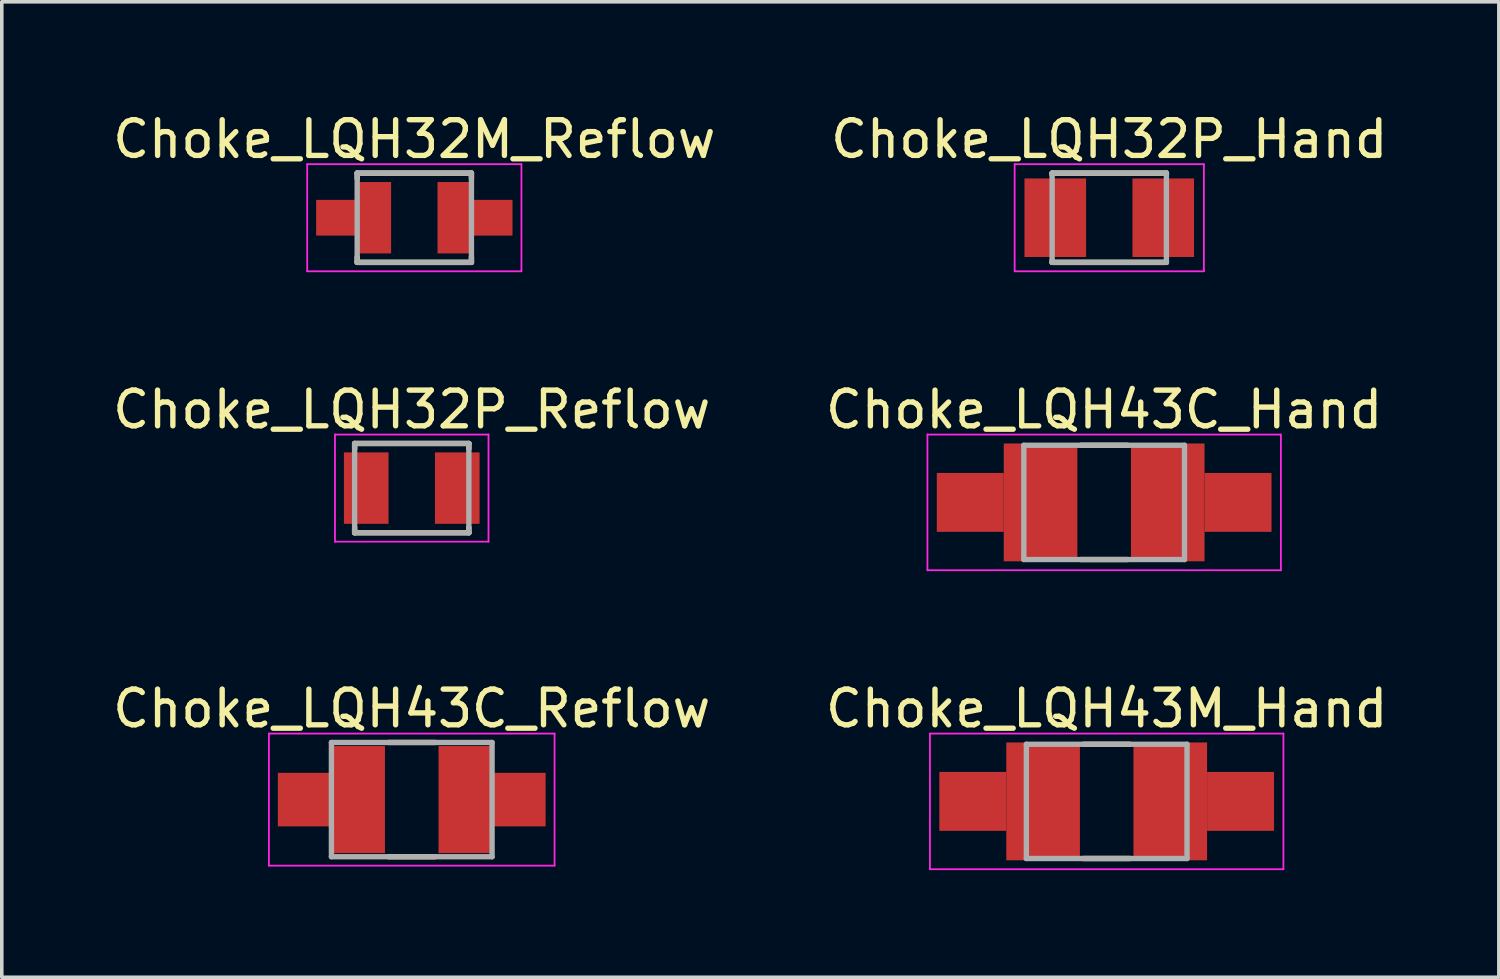
<source format=kicad_pcb>
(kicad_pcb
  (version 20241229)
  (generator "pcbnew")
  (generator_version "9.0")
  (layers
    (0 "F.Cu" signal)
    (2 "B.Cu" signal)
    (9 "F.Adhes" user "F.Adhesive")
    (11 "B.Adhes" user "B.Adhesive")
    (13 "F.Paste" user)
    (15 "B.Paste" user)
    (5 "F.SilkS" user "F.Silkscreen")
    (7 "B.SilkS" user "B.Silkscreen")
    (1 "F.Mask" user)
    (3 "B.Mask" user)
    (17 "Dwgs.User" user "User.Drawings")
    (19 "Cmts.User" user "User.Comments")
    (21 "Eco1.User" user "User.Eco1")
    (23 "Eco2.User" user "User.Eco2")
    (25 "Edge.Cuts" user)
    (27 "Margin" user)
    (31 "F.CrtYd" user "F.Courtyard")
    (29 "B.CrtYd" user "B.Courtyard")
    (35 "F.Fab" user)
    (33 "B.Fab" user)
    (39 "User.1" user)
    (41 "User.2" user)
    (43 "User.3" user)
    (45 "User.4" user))
  (footprint "Choke_LQH32P_Reflow"
    (layer "F.Cu")
    (at 8.482 10.621)
    (property "Reference" "Choke_LQH32P_Reflow" (at 0 -2.2 0) (layer "F.SilkS") (effects (font (size 1 1) (thickness 0.15))))
    (attr smd)
    (fp_line (start -1.6 -1.25) (end -1.6 -1.1) (stroke (width 0.15) (type solid)) (layer "F.SilkS"))
    (fp_line (start -1.6 -1.25) (end 1.6 -1.25) (stroke (width 0.15) (type solid)) (layer "F.SilkS"))
    (fp_line (start -1.6 1.1) (end -1.6 1.25) (stroke (width 0.15) (type solid)) (layer "F.SilkS"))
    (fp_line (start -1.6 1.25) (end 1.6 1.25) (stroke (width 0.15) (type solid)) (layer "F.SilkS"))
    (fp_line (start 1.6 -1.25) (end 1.6 -1.1) (stroke (width 0.15) (type solid)) (layer "F.SilkS"))
    (fp_line (start 1.6 1.1) (end 1.6 1.25) (stroke (width 0.15) (type solid)) (layer "F.SilkS"))
    (fp_line (start -2.15 -1.5) (end -2.15 1.5) (stroke (width 0.05) (type solid)) (layer "F.CrtYd"))
    (fp_line (start -2.15 -1.5) (end 2.15 -1.5) (stroke (width 0.05) (type solid)) (layer "F.CrtYd"))
    (fp_line (start -2.15 1.5) (end 2.15 1.5) (stroke (width 0.05) (type solid)) (layer "F.CrtYd"))
    (fp_line (start 2.15 -1.5) (end 2.15 1.5) (stroke (width 0.05) (type solid)) (layer "F.CrtYd"))
    (fp_line (start -1.6 -1.25) (end -1.6 1.25) (stroke (width 0.15) (type solid)) (layer "F.Fab"))
    (fp_line (start -1.6 -1.25) (end 1.6 -1.25) (stroke (width 0.15) (type solid)) (layer "F.Fab"))
    (fp_line (start -1.6 1.25) (end 1.6 1.25) (stroke (width 0.15) (type solid)) (layer "F.Fab"))
    (fp_line (start 1.6 -1.25) (end 1.6 1.25) (stroke (width 0.15) (type solid)) (layer "F.Fab"))
    (pad "1" smd rect (at -1.275 0) (size 1.25 2) (layers "F.Cu" "F.Mask" "F.Paste"))
    (pad "2" smd rect (at 1.275 0) (size 1.25 2) (layers "F.Cu" "F.Mask" "F.Paste")))
  (footprint "Choke_LQH43C_Hand"
    (layer "F.Cu")
    (at 27.875 11.021)
    (property "Reference" "Choke_LQH43C_Hand" (at 0 -2.6 0) (layer "F.SilkS") (effects (font (size 1 1) (thickness 0.15))))
    (attr smd)
    (fp_line (start -0.65 -1.6) (end 0.65 -1.6) (stroke (width 0.15) (type solid)) (layer "F.SilkS"))
    (fp_line (start -0.65 1.6) (end 0.65 1.6) (stroke (width 0.15) (type solid)) (layer "F.SilkS"))
    (fp_line (start -4.95 -1.9) (end -4.95 1.9) (stroke (width 0.05) (type solid)) (layer "F.CrtYd"))
    (fp_line (start -4.95 -1.9) (end 4.95 -1.9) (stroke (width 0.05) (type solid)) (layer "F.CrtYd"))
    (fp_line (start -4.95 1.9) (end 4.95 1.9) (stroke (width 0.05) (type solid)) (layer "F.CrtYd"))
    (fp_line (start 4.95 -1.9) (end 4.95 1.9) (stroke (width 0.05) (type solid)) (layer "F.CrtYd"))
    (fp_line (start -2.25 -1.6) (end -2.25 1.6) (stroke (width 0.15) (type solid)) (layer "F.Fab"))
    (fp_line (start -2.25 -1.6) (end 2.25 -1.6) (stroke (width 0.15) (type solid)) (layer "F.Fab"))
    (fp_line (start -2.25 1.6) (end 2.25 1.6) (stroke (width 0.15) (type solid)) (layer "F.Fab"))
    (fp_line (start 2.25 -1.6) (end 2.25 1.6) (stroke (width 0.15) (type solid)) (layer "F.Fab"))
    (pad "1" smd rect (at -3.75 0) (size 1.875 1.65) (layers "F.Cu" "F.Mask" "F.Paste"))
    (pad "1" smd rect (at -1.781 0) (size 2.062 3.3) (layers "F.Cu" "F.Mask" "F.Paste"))
    (pad "2" smd rect (at 1.781 0) (size 2.062 3.3) (layers "F.Cu" "F.Mask" "F.Paste"))
    (pad "2" smd rect (at 3.75 0) (size 1.875 1.65) (layers "F.Cu" "F.Mask" "F.Paste")))
  (footprint "Choke_LQH43M_Hand"
    (layer "F.Cu")
    (at 27.946 19.395)
    (property "Reference" "Choke_LQH43M_Hand" (at 0 -2.6 0) (layer "F.SilkS") (effects (font (size 1 1) (thickness 0.15))))
    (attr smd)
    (fp_line (start -0.65 -1.6) (end 0.65 -1.6) (stroke (width 0.15) (type solid)) (layer "F.SilkS"))
    (fp_line (start -0.65 1.6) (end 0.65 1.6) (stroke (width 0.15) (type solid)) (layer "F.SilkS"))
    (fp_line (start -4.95 -1.9) (end -4.95 1.9) (stroke (width 0.05) (type solid)) (layer "F.CrtYd"))
    (fp_line (start -4.95 -1.9) (end 4.95 -1.9) (stroke (width 0.05) (type solid)) (layer "F.CrtYd"))
    (fp_line (start -4.95 1.9) (end 4.95 1.9) (stroke (width 0.05) (type solid)) (layer "F.CrtYd"))
    (fp_line (start 4.95 -1.9) (end 4.95 1.9) (stroke (width 0.05) (type solid)) (layer "F.CrtYd"))
    (fp_line (start -2.25 -1.6) (end -2.25 1.6) (stroke (width 0.15) (type solid)) (layer "F.Fab"))
    (fp_line (start -2.25 -1.6) (end 2.25 -1.6) (stroke (width 0.15) (type solid)) (layer "F.Fab"))
    (fp_line (start -2.25 1.6) (end 2.25 1.6) (stroke (width 0.15) (type solid)) (layer "F.Fab"))
    (fp_line (start 2.25 -1.6) (end 2.25 1.6) (stroke (width 0.15) (type solid)) (layer "F.Fab"))
    (pad "1" smd rect (at -3.75 0) (size 1.875 1.65) (layers "F.Cu" "F.Mask" "F.Paste"))
    (pad "1" smd rect (at -1.781 0) (size 2.062 3.3) (layers "F.Cu" "F.Mask" "F.Paste"))
    (pad "2" smd rect (at 1.781 0) (size 2.062 3.3) (layers "F.Cu" "F.Mask" "F.Paste"))
    (pad "2" smd rect (at 3.75 0) (size 1.875 1.65) (layers "F.Cu" "F.Mask" "F.Paste")))
  (footprint "Choke_LQH32M_Reflow"
    (layer "F.Cu")
    (at 8.554 3.048)
    (property "Reference" "Choke_LQH32M_Reflow" (at 0 -2.2 0) (layer "F.SilkS") (effects (font (size 1 1) (thickness 0.15))))
    (attr smd)
    (fp_line (start -1.6 -1.25) (end -1.6 -1.1) (stroke (width 0.15) (type solid)) (layer "F.SilkS"))
    (fp_line (start -1.6 -1.25) (end 1.6 -1.25) (stroke (width 0.15) (type solid)) (layer "F.SilkS"))
    (fp_line (start -1.6 1.1) (end -1.6 1.25) (stroke (width 0.15) (type solid)) (layer "F.SilkS"))
    (fp_line (start -1.6 1.25) (end 1.6 1.25) (stroke (width 0.15) (type solid)) (layer "F.SilkS"))
    (fp_line (start 1.6 -1.25) (end 1.6 -1.1) (stroke (width 0.15) (type solid)) (layer "F.SilkS"))
    (fp_line (start 1.6 1.1) (end 1.6 1.25) (stroke (width 0.15) (type solid)) (layer "F.SilkS"))
    (fp_line (start -3 -1.5) (end -3 1.5) (stroke (width 0.05) (type solid)) (layer "F.CrtYd"))
    (fp_line (start -3 -1.5) (end 3 -1.5) (stroke (width 0.05) (type solid)) (layer "F.CrtYd"))
    (fp_line (start -3 1.5) (end 3 1.5) (stroke (width 0.05) (type solid)) (layer "F.CrtYd"))
    (fp_line (start 3 -1.5) (end 3 1.5) (stroke (width 0.05) (type solid)) (layer "F.CrtYd"))
    (fp_line (start -1.6 -1.25) (end -1.6 1.25) (stroke (width 0.15) (type solid)) (layer "F.Fab"))
    (fp_line (start -1.6 -1.25) (end 1.6 -1.25) (stroke (width 0.15) (type solid)) (layer "F.Fab"))
    (fp_line (start -1.6 1.25) (end 1.6 1.25) (stroke (width 0.15) (type solid)) (layer "F.Fab"))
    (fp_line (start 1.6 -1.25) (end 1.6 1.25) (stroke (width 0.15) (type solid)) (layer "F.Fab"))
    (pad "1" smd rect (at -2.2 0) (size 1.1 1) (layers "F.Cu" "F.Mask" "F.Paste"))
    (pad "1" smd rect (at -1.15 0) (size 1 2) (layers "F.Cu" "F.Mask" "F.Paste"))
    (pad "2" smd rect (at 1.15 0) (size 1 2) (layers "F.Cu" "F.Mask" "F.Paste"))
    (pad "2" smd rect (at 2.2 0) (size 1.1 1) (layers "F.Cu" "F.Mask" "F.Paste")))
  (footprint "Choke_LQH43C_Reflow"
    (layer "F.Cu")
    (at 8.482 19.345)
    (property "Reference" "Choke_LQH43C_Reflow" (at 0 -2.55 0) (layer "F.SilkS") (effects (font (size 1 1) (thickness 0.15))))
    (attr smd)
    (fp_line (start -0.65 -1.6) (end 0.65 -1.6) (stroke (width 0.15) (type solid)) (layer "F.SilkS"))
    (fp_line (start -0.65 1.6) (end 0.65 1.6) (stroke (width 0.15) (type solid)) (layer "F.SilkS"))
    (fp_line (start -4 -1.85) (end -4 1.85) (stroke (width 0.05) (type solid)) (layer "F.CrtYd"))
    (fp_line (start -4 -1.85) (end 4 -1.85) (stroke (width 0.05) (type solid)) (layer "F.CrtYd"))
    (fp_line (start -4 1.85) (end 4 1.85) (stroke (width 0.05) (type solid)) (layer "F.CrtYd"))
    (fp_line (start 4 -1.85) (end 4 1.85) (stroke (width 0.05) (type solid)) (layer "F.CrtYd"))
    (fp_line (start -2.25 -1.6) (end -2.25 1.6) (stroke (width 0.15) (type solid)) (layer "F.Fab"))
    (fp_line (start -2.25 -1.6) (end 2.25 -1.6) (stroke (width 0.15) (type solid)) (layer "F.Fab"))
    (fp_line (start -2.25 1.6) (end 2.25 1.6) (stroke (width 0.15) (type solid)) (layer "F.Fab"))
    (fp_line (start 2.25 -1.6) (end 2.25 1.6) (stroke (width 0.15) (type solid)) (layer "F.Fab"))
    (pad "1" smd rect (at -3 0) (size 1.5 1.5) (layers "F.Cu" "F.Mask" "F.Paste"))
    (pad "1" smd rect (at -1.5 0) (size 1.5 3) (layers "F.Cu" "F.Mask" "F.Paste"))
    (pad "2" smd rect (at 1.5 0) (size 1.5 3) (layers "F.Cu" "F.Mask" "F.Paste"))
    (pad "2" smd rect (at 3 0) (size 1.5 1.5) (layers "F.Cu" "F.Mask" "F.Paste")))
  (footprint "Choke_LQH32P_Hand"
    (layer "F.Cu")
    (at 28.018 3.048)
    (property "Reference" "Choke_LQH32P_Hand" (at 0 -2.2 0) (layer "F.SilkS") (effects (font (size 1 1) (thickness 0.15))))
    (attr smd)
    (fp_line (start -1.6 -1.25) (end -1.6 -1.2) (stroke (width 0.15) (type solid)) (layer "F.SilkS"))
    (fp_line (start -1.6 -1.25) (end 1.6 -1.25) (stroke (width 0.15) (type solid)) (layer "F.SilkS"))
    (fp_line (start -1.6 1.2) (end -1.6 1.25) (stroke (width 0.15) (type solid)) (layer "F.SilkS"))
    (fp_line (start -1.6 1.25) (end 1.6 1.25) (stroke (width 0.15) (type solid)) (layer "F.SilkS"))
    (fp_line (start 1.6 -1.25) (end 1.6 -1.2) (stroke (width 0.15) (type solid)) (layer "F.SilkS"))
    (fp_line (start 1.6 1.2) (end 1.6 1.25) (stroke (width 0.15) (type solid)) (layer "F.SilkS"))
    (fp_line (start -2.65 -1.5) (end -2.65 1.5) (stroke (width 0.05) (type solid)) (layer "F.CrtYd"))
    (fp_line (start -2.65 -1.5) (end 2.65 -1.5) (stroke (width 0.05) (type solid)) (layer "F.CrtYd"))
    (fp_line (start -2.65 1.5) (end 2.65 1.5) (stroke (width 0.05) (type solid)) (layer "F.CrtYd"))
    (fp_line (start 2.65 -1.5) (end 2.65 1.5) (stroke (width 0.05) (type solid)) (layer "F.CrtYd"))
    (fp_line (start -1.6 -1.25) (end -1.6 1.25) (stroke (width 0.15) (type solid)) (layer "F.Fab"))
    (fp_line (start -1.6 -1.25) (end 1.6 -1.25) (stroke (width 0.15) (type solid)) (layer "F.Fab"))
    (fp_line (start -1.6 1.25) (end 1.6 1.25) (stroke (width 0.15) (type solid)) (layer "F.Fab"))
    (fp_line (start 1.6 -1.25) (end 1.6 1.25) (stroke (width 0.15) (type solid)) (layer "F.Fab"))
    (pad "1" smd rect (at -1.512 0) (size 1.725 2.2) (layers "F.Cu" "F.Mask" "F.Paste"))
    (pad "2" smd rect (at 1.512 0) (size 1.725 2.2) (layers "F.Cu" "F.Mask" "F.Paste")))
  (gr_rect
    (start -3 -3)
    (end 38.929 24.32)
    (stroke (width 0.1) (type default))
    (fill no)
    (layer "Edge.Cuts")))
</source>
